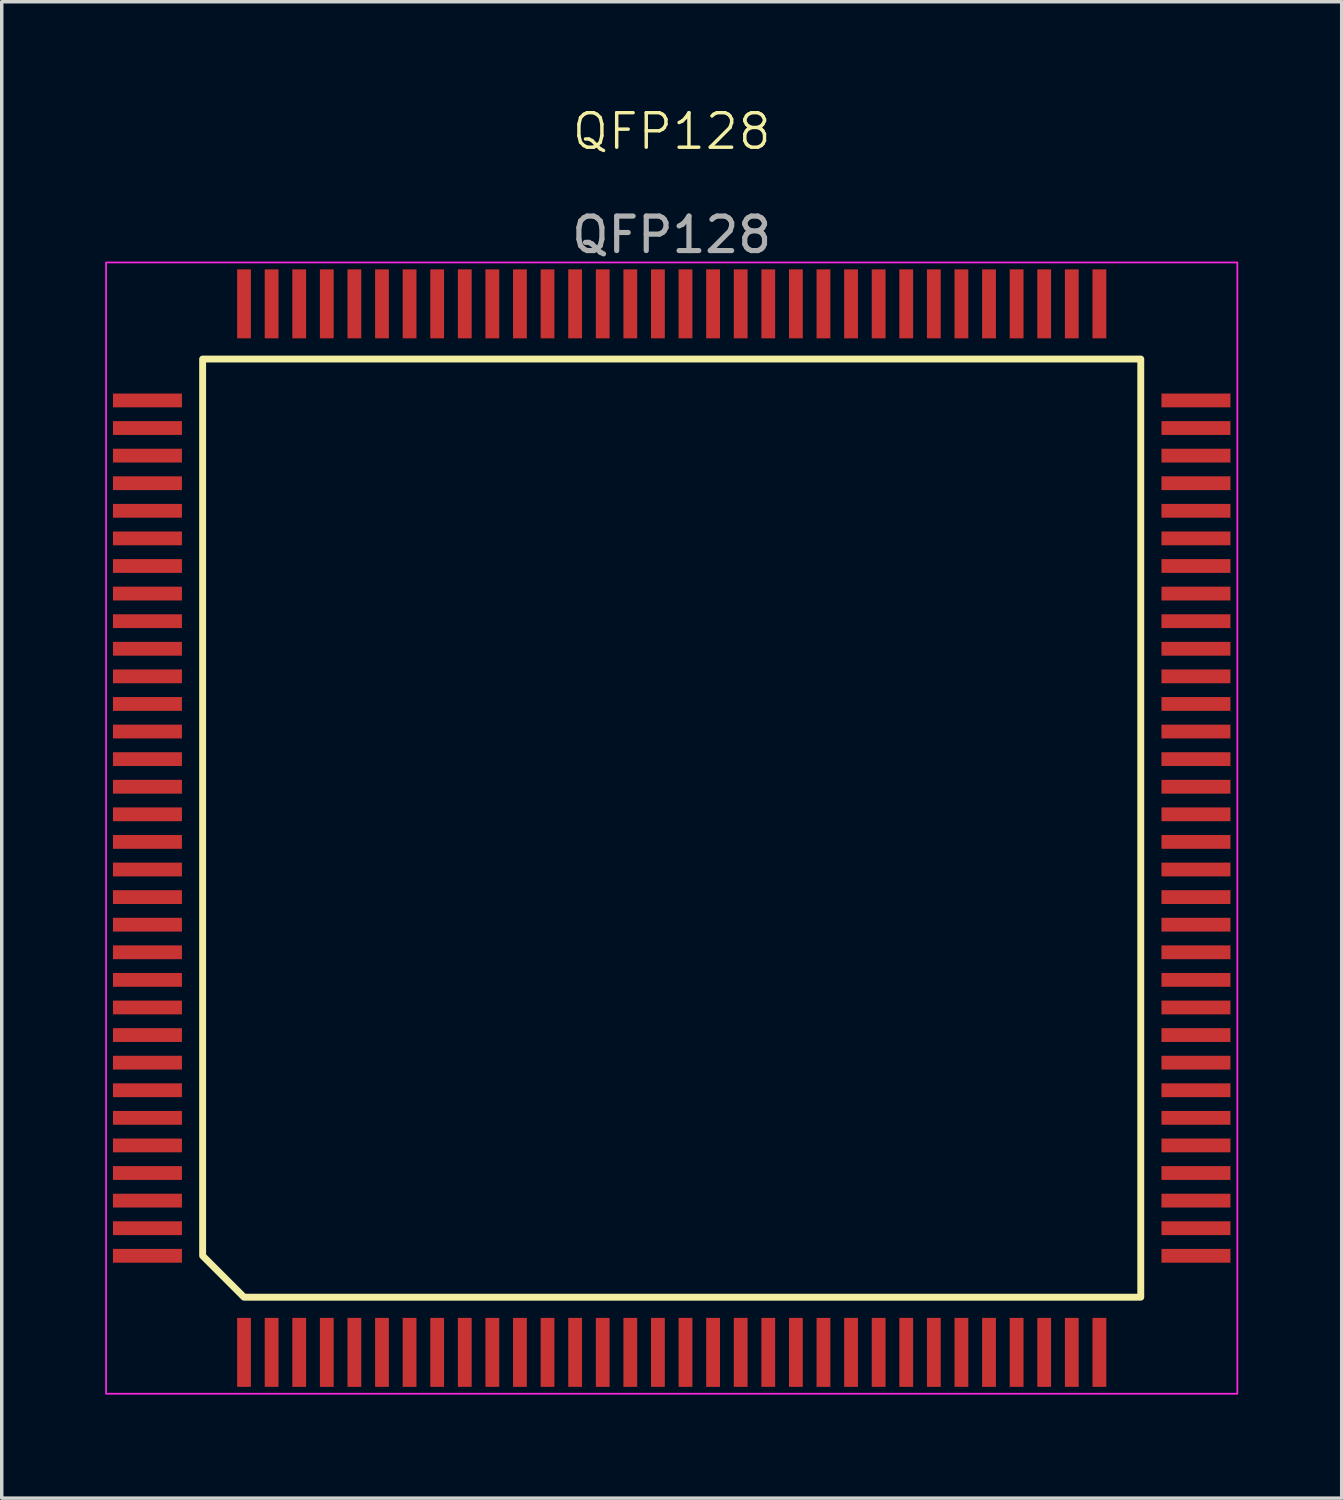
<source format=kicad_pcb>
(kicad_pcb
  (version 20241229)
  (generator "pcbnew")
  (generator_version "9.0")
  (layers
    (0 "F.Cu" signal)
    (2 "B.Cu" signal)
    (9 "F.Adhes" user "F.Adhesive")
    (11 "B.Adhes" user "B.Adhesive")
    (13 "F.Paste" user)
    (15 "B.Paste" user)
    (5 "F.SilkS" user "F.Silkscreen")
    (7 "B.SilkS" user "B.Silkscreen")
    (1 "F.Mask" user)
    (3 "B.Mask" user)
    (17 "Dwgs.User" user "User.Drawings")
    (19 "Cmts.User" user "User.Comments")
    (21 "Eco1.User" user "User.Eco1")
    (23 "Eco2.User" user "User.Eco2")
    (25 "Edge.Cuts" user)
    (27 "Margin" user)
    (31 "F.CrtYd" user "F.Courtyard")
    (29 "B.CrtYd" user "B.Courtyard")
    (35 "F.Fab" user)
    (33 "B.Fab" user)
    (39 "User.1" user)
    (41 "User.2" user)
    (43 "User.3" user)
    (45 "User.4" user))
  (footprint "QFP128"
    (layer "F.Cu")
    (at 16.425 20.96)
    (property "Reference" "QFP128" (at 0 -20.2 0) (unlocked yes) (layer "F.SilkS") (effects (font (size 1 1) (thickness 0.1))))
    (attr smd)
    (fp_poly (pts (xy 13.6 -13.6) (xy -13.6 -13.6) (xy -13.6 12.4) (xy -12.4 13.6) (xy 13.6 13.6)) (stroke (width 0.2) (type solid)) (fill no) (layer "F.SilkS"))
    (fp_rect (start -16.4 -16.4) (end 16.4 16.4) (stroke (width 0.05) (type default)) (fill no) (layer "F.CrtYd"))
    (fp_text user "${REFERENCE}" (at 0 -17.2 0) (unlocked yes) (layer "F.Fab") (effects (font (size 1 1) (thickness 0.15))))
    (pad "1" smd rect (at -12.4 15.2) (size 0.4 2) (layers "F.Cu" "F.Mask" "F.Paste"))
    (pad "2" smd rect (at -11.6 15.2) (size 0.4 2) (layers "F.Cu" "F.Mask" "F.Paste"))
    (pad "3" smd rect (at -10.8 15.2) (size 0.4 2) (layers "F.Cu" "F.Mask" "F.Paste"))
    (pad "4" smd rect (at -10 15.2) (size 0.4 2) (layers "F.Cu" "F.Mask" "F.Paste"))
    (pad "5" smd rect (at -9.2 15.2) (size 0.4 2) (layers "F.Cu" "F.Mask" "F.Paste"))
    (pad "6" smd rect (at -8.4 15.2) (size 0.4 2) (layers "F.Cu" "F.Mask" "F.Paste"))
    (pad "7" smd rect (at -7.6 15.2) (size 0.4 2) (layers "F.Cu" "F.Mask" "F.Paste"))
    (pad "8" smd rect (at -6.8 15.2) (size 0.4 2) (layers "F.Cu" "F.Mask" "F.Paste"))
    (pad "9" smd rect (at -6 15.2) (size 0.4 2) (layers "F.Cu" "F.Mask" "F.Paste"))
    (pad "10" smd rect (at -5.2 15.2) (size 0.4 2) (layers "F.Cu" "F.Mask" "F.Paste"))
    (pad "11" smd rect (at -4.4 15.2) (size 0.4 2) (layers "F.Cu" "F.Mask" "F.Paste"))
    (pad "12" smd rect (at -3.6 15.2) (size 0.4 2) (layers "F.Cu" "F.Mask" "F.Paste"))
    (pad "13" smd rect (at -2.8 15.2) (size 0.4 2) (layers "F.Cu" "F.Mask" "F.Paste"))
    (pad "14" smd rect (at -2 15.2) (size 0.4 2) (layers "F.Cu" "F.Mask" "F.Paste"))
    (pad "15" smd rect (at -1.2 15.2) (size 0.4 2) (layers "F.Cu" "F.Mask" "F.Paste"))
    (pad "16" smd rect (at -0.4 15.2) (size 0.4 2) (layers "F.Cu" "F.Mask" "F.Paste"))
    (pad "17" smd rect (at 0.4 15.2) (size 0.4 2) (layers "F.Cu" "F.Mask" "F.Paste"))
    (pad "18" smd rect (at 1.2 15.2) (size 0.4 2) (layers "F.Cu" "F.Mask" "F.Paste"))
    (pad "19" smd rect (at 2 15.2) (size 0.4 2) (layers "F.Cu" "F.Mask" "F.Paste"))
    (pad "20" smd rect (at 2.8 15.2) (size 0.4 2) (layers "F.Cu" "F.Mask" "F.Paste"))
    (pad "21" smd rect (at 3.6 15.2) (size 0.4 2) (layers "F.Cu" "F.Mask" "F.Paste"))
    (pad "22" smd rect (at 4.4 15.2) (size 0.4 2) (layers "F.Cu" "F.Mask" "F.Paste"))
    (pad "23" smd rect (at 5.2 15.2) (size 0.4 2) (layers "F.Cu" "F.Mask" "F.Paste"))
    (pad "24" smd rect (at 6 15.2) (size 0.4 2) (layers "F.Cu" "F.Mask" "F.Paste"))
    (pad "25" smd rect (at 6.8 15.2) (size 0.4 2) (layers "F.Cu" "F.Mask" "F.Paste"))
    (pad "26" smd rect (at 7.6 15.2) (size 0.4 2) (layers "F.Cu" "F.Mask" "F.Paste"))
    (pad "27" smd rect (at 8.4 15.2) (size 0.4 2) (layers "F.Cu" "F.Mask" "F.Paste"))
    (pad "28" smd rect (at 9.2 15.2) (size 0.4 2) (layers "F.Cu" "F.Mask" "F.Paste"))
    (pad "29" smd rect (at 10 15.2) (size 0.4 2) (layers "F.Cu" "F.Mask" "F.Paste"))
    (pad "30" smd rect (at 10.8 15.2) (size 0.4 2) (layers "F.Cu" "F.Mask" "F.Paste"))
    (pad "31" smd rect (at 11.6 15.2) (size 0.4 2) (layers "F.Cu" "F.Mask" "F.Paste"))
    (pad "32" smd rect (at 12.4 15.2) (size 0.4 2) (layers "F.Cu" "F.Mask" "F.Paste"))
    (pad "33" smd rect (at 15.2 12.4 270) (size 0.4 2) (layers "F.Cu" "F.Mask" "F.Paste"))
    (pad "34" smd rect (at 15.2 11.6 270) (size 0.4 2) (layers "F.Cu" "F.Mask" "F.Paste"))
    (pad "35" smd rect (at 15.2 10.8 270) (size 0.4 2) (layers "F.Cu" "F.Mask" "F.Paste"))
    (pad "36" smd rect (at 15.2 10 270) (size 0.4 2) (layers "F.Cu" "F.Mask" "F.Paste"))
    (pad "37" smd rect (at 15.2 9.2 270) (size 0.4 2) (layers "F.Cu" "F.Mask" "F.Paste"))
    (pad "38" smd rect (at 15.2 8.4 270) (size 0.4 2) (layers "F.Cu" "F.Mask" "F.Paste"))
    (pad "39" smd rect (at 15.2 7.6 270) (size 0.4 2) (layers "F.Cu" "F.Mask" "F.Paste"))
    (pad "40" smd rect (at 15.2 6.8 270) (size 0.4 2) (layers "F.Cu" "F.Mask" "F.Paste"))
    (pad "41" smd rect (at 15.2 6 270) (size 0.4 2) (layers "F.Cu" "F.Mask" "F.Paste"))
    (pad "42" smd rect (at 15.2 5.2 270) (size 0.4 2) (layers "F.Cu" "F.Mask" "F.Paste"))
    (pad "43" smd rect (at 15.2 4.4 270) (size 0.4 2) (layers "F.Cu" "F.Mask" "F.Paste"))
    (pad "44" smd rect (at 15.2 3.6 270) (size 0.4 2) (layers "F.Cu" "F.Mask" "F.Paste"))
    (pad "45" smd rect (at 15.2 2.8 270) (size 0.4 2) (layers "F.Cu" "F.Mask" "F.Paste"))
    (pad "46" smd rect (at 15.2 2 270) (size 0.4 2) (layers "F.Cu" "F.Mask" "F.Paste"))
    (pad "47" smd rect (at 15.2 1.2 270) (size 0.4 2) (layers "F.Cu" "F.Mask" "F.Paste"))
    (pad "48" smd rect (at 15.2 0.4 270) (size 0.4 2) (layers "F.Cu" "F.Mask" "F.Paste"))
    (pad "49" smd rect (at 15.2 -0.4 270) (size 0.4 2) (layers "F.Cu" "F.Mask" "F.Paste"))
    (pad "50" smd rect (at 15.2 -1.2 270) (size 0.4 2) (layers "F.Cu" "F.Mask" "F.Paste"))
    (pad "51" smd rect (at 15.2 -2 270) (size 0.4 2) (layers "F.Cu" "F.Mask" "F.Paste"))
    (pad "52" smd rect (at 15.2 -2.8 270) (size 0.4 2) (layers "F.Cu" "F.Mask" "F.Paste"))
    (pad "53" smd rect (at 15.2 -3.6 270) (size 0.4 2) (layers "F.Cu" "F.Mask" "F.Paste"))
    (pad "54" smd rect (at 15.2 -4.4 270) (size 0.4 2) (layers "F.Cu" "F.Mask" "F.Paste"))
    (pad "55" smd rect (at 15.2 -5.2 270) (size 0.4 2) (layers "F.Cu" "F.Mask" "F.Paste"))
    (pad "56" smd rect (at 15.2 -6 270) (size 0.4 2) (layers "F.Cu" "F.Mask" "F.Paste"))
    (pad "57" smd rect (at 15.2 -6.8 270) (size 0.4 2) (layers "F.Cu" "F.Mask" "F.Paste"))
    (pad "58" smd rect (at 15.2 -7.6 270) (size 0.4 2) (layers "F.Cu" "F.Mask" "F.Paste"))
    (pad "59" smd rect (at 15.2 -8.4 270) (size 0.4 2) (layers "F.Cu" "F.Mask" "F.Paste"))
    (pad "60" smd rect (at 15.2 -9.2 270) (size 0.4 2) (layers "F.Cu" "F.Mask" "F.Paste"))
    (pad "61" smd rect (at 15.2 -10 270) (size 0.4 2) (layers "F.Cu" "F.Mask" "F.Paste"))
    (pad "62" smd rect (at 15.2 -10.8 270) (size 0.4 2) (layers "F.Cu" "F.Mask" "F.Paste"))
    (pad "63" smd rect (at 15.2 -11.6 270) (size 0.4 2) (layers "F.Cu" "F.Mask" "F.Paste"))
    (pad "64" smd rect (at 15.2 -12.4 270) (size 0.4 2) (layers "F.Cu" "F.Mask" "F.Paste"))
    (pad "65" smd rect (at 12.4 -15.2) (size 0.4 2) (layers "F.Cu" "F.Mask" "F.Paste"))
    (pad "66" smd rect (at 11.6 -15.2) (size 0.4 2) (layers "F.Cu" "F.Mask" "F.Paste"))
    (pad "67" smd rect (at 10.8 -15.2) (size 0.4 2) (layers "F.Cu" "F.Mask" "F.Paste"))
    (pad "68" smd rect (at 10 -15.2) (size 0.4 2) (layers "F.Cu" "F.Mask" "F.Paste"))
    (pad "69" smd rect (at 9.2 -15.2) (size 0.4 2) (layers "F.Cu" "F.Mask" "F.Paste"))
    (pad "70" smd rect (at 8.4 -15.2) (size 0.4 2) (layers "F.Cu" "F.Mask" "F.Paste"))
    (pad "71" smd rect (at 7.6 -15.2) (size 0.4 2) (layers "F.Cu" "F.Mask" "F.Paste"))
    (pad "72" smd rect (at 6.8 -15.2) (size 0.4 2) (layers "F.Cu" "F.Mask" "F.Paste"))
    (pad "73" smd rect (at 6 -15.2) (size 0.4 2) (layers "F.Cu" "F.Mask" "F.Paste"))
    (pad "74" smd rect (at 5.2 -15.2) (size 0.4 2) (layers "F.Cu" "F.Mask" "F.Paste"))
    (pad "75" smd rect (at 4.4 -15.2) (size 0.4 2) (layers "F.Cu" "F.Mask" "F.Paste"))
    (pad "76" smd rect (at 3.6 -15.2) (size 0.4 2) (layers "F.Cu" "F.Mask" "F.Paste"))
    (pad "77" smd rect (at 2.8 -15.2) (size 0.4 2) (layers "F.Cu" "F.Mask" "F.Paste"))
    (pad "78" smd rect (at 2 -15.2) (size 0.4 2) (layers "F.Cu" "F.Mask" "F.Paste"))
    (pad "79" smd rect (at 1.2 -15.2) (size 0.4 2) (layers "F.Cu" "F.Mask" "F.Paste"))
    (pad "80" smd rect (at 0.4 -15.2) (size 0.4 2) (layers "F.Cu" "F.Mask" "F.Paste"))
    (pad "81" smd rect (at -0.4 -15.2) (size 0.4 2) (layers "F.Cu" "F.Mask" "F.Paste"))
    (pad "82" smd rect (at -1.2 -15.2) (size 0.4 2) (layers "F.Cu" "F.Mask" "F.Paste"))
    (pad "83" smd rect (at -2 -15.2) (size 0.4 2) (layers "F.Cu" "F.Mask" "F.Paste"))
    (pad "84" smd rect (at -2.8 -15.2) (size 0.4 2) (layers "F.Cu" "F.Mask" "F.Paste"))
    (pad "85" smd rect (at -3.6 -15.2) (size 0.4 2) (layers "F.Cu" "F.Mask" "F.Paste"))
    (pad "86" smd rect (at -4.4 -15.2) (size 0.4 2) (layers "F.Cu" "F.Mask" "F.Paste"))
    (pad "87" smd rect (at -5.2 -15.2) (size 0.4 2) (layers "F.Cu" "F.Mask" "F.Paste"))
    (pad "88" smd rect (at -6 -15.2) (size 0.4 2) (layers "F.Cu" "F.Mask" "F.Paste"))
    (pad "89" smd rect (at -6.8 -15.2) (size 0.4 2) (layers "F.Cu" "F.Mask" "F.Paste"))
    (pad "90" smd rect (at -7.6 -15.2) (size 0.4 2) (layers "F.Cu" "F.Mask" "F.Paste"))
    (pad "91" smd rect (at -8.4 -15.2) (size 0.4 2) (layers "F.Cu" "F.Mask" "F.Paste"))
    (pad "92" smd rect (at -9.2 -15.2) (size 0.4 2) (layers "F.Cu" "F.Mask" "F.Paste"))
    (pad "93" smd rect (at -10 -15.2) (size 0.4 2) (layers "F.Cu" "F.Mask" "F.Paste"))
    (pad "94" smd rect (at -10.8 -15.2) (size 0.4 2) (layers "F.Cu" "F.Mask" "F.Paste"))
    (pad "95" smd rect (at -11.6 -15.2) (size 0.4 2) (layers "F.Cu" "F.Mask" "F.Paste"))
    (pad "96" smd rect (at -12.4 -15.2) (size 0.4 2) (layers "F.Cu" "F.Mask" "F.Paste"))
    (pad "97" smd rect (at -15.2 -12.4 270) (size 0.4 2) (layers "F.Cu" "F.Mask" "F.Paste"))
    (pad "98" smd rect (at -15.2 -11.6 270) (size 0.4 2) (layers "F.Cu" "F.Mask" "F.Paste"))
    (pad "99" smd rect (at -15.2 -10.8 270) (size 0.4 2) (layers "F.Cu" "F.Mask" "F.Paste"))
    (pad "100" smd rect (at -15.2 -10 270) (size 0.4 2) (layers "F.Cu" "F.Mask" "F.Paste"))
    (pad "101" smd rect (at -15.2 -9.2 270) (size 0.4 2) (layers "F.Cu" "F.Mask" "F.Paste"))
    (pad "102" smd rect (at -15.2 -8.4 270) (size 0.4 2) (layers "F.Cu" "F.Mask" "F.Paste"))
    (pad "103" smd rect (at -15.2 -7.6 270) (size 0.4 2) (layers "F.Cu" "F.Mask" "F.Paste"))
    (pad "104" smd rect (at -15.2 -6.8 270) (size 0.4 2) (layers "F.Cu" "F.Mask" "F.Paste"))
    (pad "105" smd rect (at -15.2 -6 270) (size 0.4 2) (layers "F.Cu" "F.Mask" "F.Paste"))
    (pad "106" smd rect (at -15.2 -5.2 270) (size 0.4 2) (layers "F.Cu" "F.Mask" "F.Paste"))
    (pad "107" smd rect (at -15.2 -4.4 270) (size 0.4 2) (layers "F.Cu" "F.Mask" "F.Paste"))
    (pad "108" smd rect (at -15.2 -3.6 270) (size 0.4 2) (layers "F.Cu" "F.Mask" "F.Paste"))
    (pad "109" smd rect (at -15.2 -2.8 270) (size 0.4 2) (layers "F.Cu" "F.Mask" "F.Paste"))
    (pad "110" smd rect (at -15.2 -2 270) (size 0.4 2) (layers "F.Cu" "F.Mask" "F.Paste"))
    (pad "111" smd rect (at -15.2 -1.2 270) (size 0.4 2) (layers "F.Cu" "F.Mask" "F.Paste"))
    (pad "112" smd rect (at -15.2 -0.4 270) (size 0.4 2) (layers "F.Cu" "F.Mask" "F.Paste"))
    (pad "113" smd rect (at -15.2 0.4 270) (size 0.4 2) (layers "F.Cu" "F.Mask" "F.Paste"))
    (pad "114" smd rect (at -15.2 1.2 270) (size 0.4 2) (layers "F.Cu" "F.Mask" "F.Paste"))
    (pad "115" smd rect (at -15.2 2 270) (size 0.4 2) (layers "F.Cu" "F.Mask" "F.Paste"))
    (pad "116" smd rect (at -15.2 2.8 270) (size 0.4 2) (layers "F.Cu" "F.Mask" "F.Paste"))
    (pad "117" smd rect (at -15.2 3.6 270) (size 0.4 2) (layers "F.Cu" "F.Mask" "F.Paste"))
    (pad "118" smd rect (at -15.2 4.4 270) (size 0.4 2) (layers "F.Cu" "F.Mask" "F.Paste"))
    (pad "119" smd rect (at -15.2 5.2 270) (size 0.4 2) (layers "F.Cu" "F.Mask" "F.Paste"))
    (pad "120" smd rect (at -15.2 6 270) (size 0.4 2) (layers "F.Cu" "F.Mask" "F.Paste"))
    (pad "121" smd rect (at -15.2 6.8 270) (size 0.4 2) (layers "F.Cu" "F.Mask" "F.Paste"))
    (pad "122" smd rect (at -15.2 7.6 270) (size 0.4 2) (layers "F.Cu" "F.Mask" "F.Paste"))
    (pad "123" smd rect (at -15.2 8.4 270) (size 0.4 2) (layers "F.Cu" "F.Mask" "F.Paste"))
    (pad "124" smd rect (at -15.2 9.2 270) (size 0.4 2) (layers "F.Cu" "F.Mask" "F.Paste"))
    (pad "125" smd rect (at -15.2 10 270) (size 0.4 2) (layers "F.Cu" "F.Mask" "F.Paste"))
    (pad "126" smd rect (at -15.2 10.8 270) (size 0.4 2) (layers "F.Cu" "F.Mask" "F.Paste"))
    (pad "127" smd rect (at -15.2 11.6 270) (size 0.4 2) (layers "F.Cu" "F.Mask" "F.Paste"))
    (pad "128" smd rect (at -15.2 12.4 270) (size 0.4 2) (layers "F.Cu" "F.Mask" "F.Paste")))
  (gr_rect
    (start -3 -3)
    (end 35.85 40.386)
    (stroke (width 0.1) (type default))
    (fill no)
    (layer "Edge.Cuts")))
</source>
